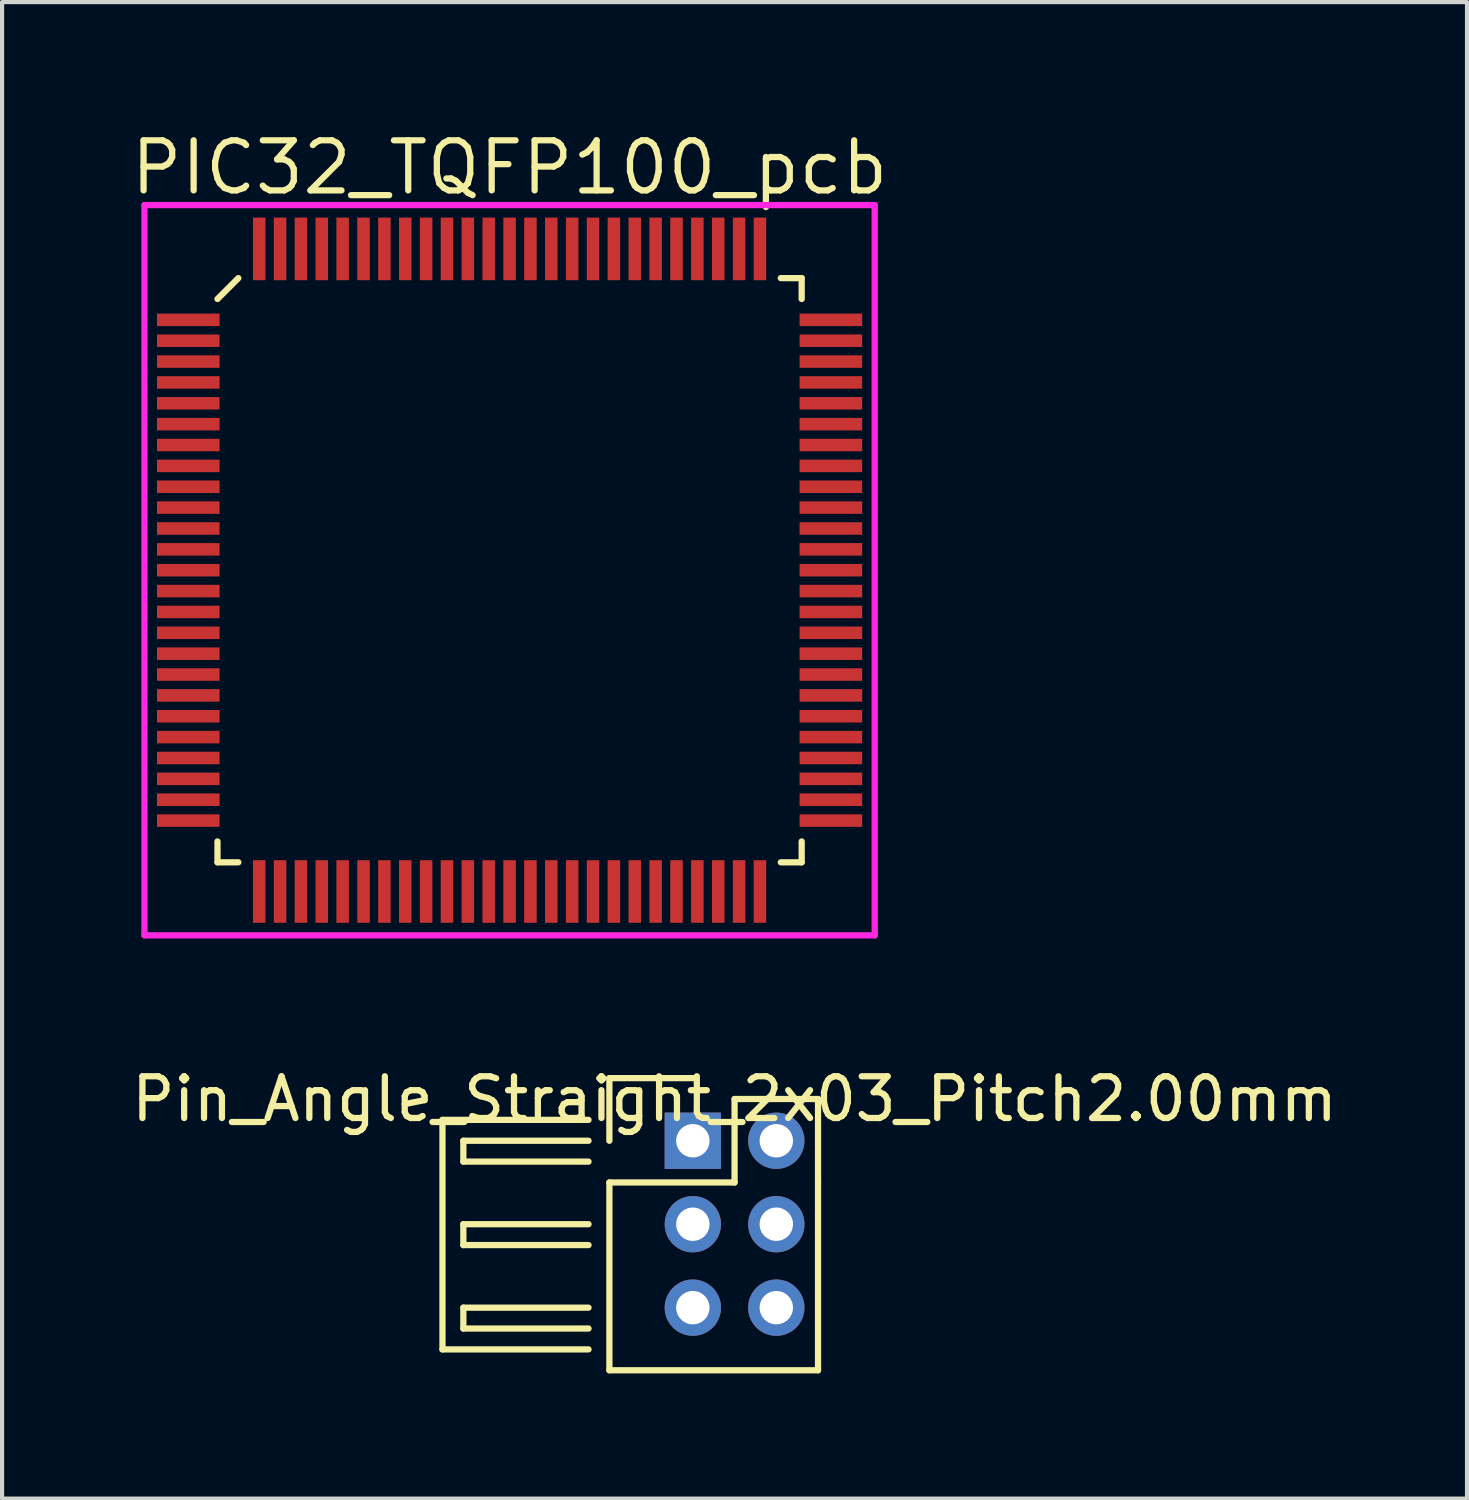
<source format=kicad_pcb>
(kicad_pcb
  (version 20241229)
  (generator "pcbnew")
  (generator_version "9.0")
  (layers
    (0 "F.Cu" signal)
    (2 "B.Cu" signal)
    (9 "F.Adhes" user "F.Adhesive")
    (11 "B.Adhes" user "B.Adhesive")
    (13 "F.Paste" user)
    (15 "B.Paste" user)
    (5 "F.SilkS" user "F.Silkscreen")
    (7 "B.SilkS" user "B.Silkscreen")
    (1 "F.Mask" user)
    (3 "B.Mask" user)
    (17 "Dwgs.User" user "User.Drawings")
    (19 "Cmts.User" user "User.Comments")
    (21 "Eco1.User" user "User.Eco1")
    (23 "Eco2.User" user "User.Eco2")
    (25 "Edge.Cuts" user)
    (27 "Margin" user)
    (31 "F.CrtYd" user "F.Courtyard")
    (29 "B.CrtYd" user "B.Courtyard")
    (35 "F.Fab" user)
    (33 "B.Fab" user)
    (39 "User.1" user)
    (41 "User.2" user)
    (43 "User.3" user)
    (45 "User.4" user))
  (footprint "Pin_Angle_Straight_2x03_Pitch2.00mm"
    (layer "F.Cu")
    (at 13.554 26.288)
    (property "Reference" "Pin_Angle_Straight_2x03_Pitch2.00mm" (at 1 -3 0) (layer "F.SilkS") (effects (font (size 1 1) (thickness 0.15))))
    (attr through_hole)
    (fp_line (start -6 -2.5) (end -6 3) (stroke (width 0.15) (type solid)) (layer "F.SilkS"))
    (fp_line (start -5.5 -1.5) (end -5.5 -2) (stroke (width 0.15) (type solid)) (layer "F.SilkS"))
    (fp_line (start -5.5 0.5) (end -5.5 0) (stroke (width 0.15) (type solid)) (layer "F.SilkS"))
    (fp_line (start -5.5 2) (end -5.5 2.5) (stroke (width 0.15) (type solid)) (layer "F.SilkS"))
    (fp_line (start -2.5 -2.5) (end -6 -2.5) (stroke (width 0.15) (type solid)) (layer "F.SilkS"))
    (fp_line (start -2.5 -2) (end -5.5 -2) (stroke (width 0.15) (type solid)) (layer "F.SilkS"))
    (fp_line (start -2.5 -1.5) (end -5.5 -1.5) (stroke (width 0.15) (type solid)) (layer "F.SilkS"))
    (fp_line (start -2.5 0) (end -5.5 0) (stroke (width 0.15) (type solid)) (layer "F.SilkS"))
    (fp_line (start -2.5 0.5) (end -5.5 0.5) (stroke (width 0.15) (type solid)) (layer "F.SilkS"))
    (fp_line (start -2.5 2) (end -5.5 2) (stroke (width 0.15) (type solid)) (layer "F.SilkS"))
    (fp_line (start -2.5 2.5) (end -5.5 2.5) (stroke (width 0.15) (type solid)) (layer "F.SilkS"))
    (fp_line (start -2.5 3) (end -6 3) (stroke (width 0.15) (type solid)) (layer "F.SilkS"))
    (fp_line (start -2 -3.5) (end 0 -3.5) (stroke (width 0.15) (type solid)) (layer "F.SilkS"))
    (fp_line (start -2 -2) (end -2 -3.5) (stroke (width 0.15) (type solid)) (layer "F.SilkS"))
    (fp_line (start -2 -1) (end 1 -1) (stroke (width 0.15) (type solid)) (layer "F.SilkS"))
    (fp_line (start -2 3.5) (end -2 -1) (stroke (width 0.15) (type solid)) (layer "F.SilkS"))
    (fp_line (start 1 -3) (end 3 -3) (stroke (width 0.15) (type solid)) (layer "F.SilkS"))
    (fp_line (start 1 -1) (end 1 -3) (stroke (width 0.15) (type solid)) (layer "F.SilkS"))
    (fp_line (start 3 -3) (end 3 -1) (stroke (width 0.15) (type solid)) (layer "F.SilkS"))
    (fp_line (start 3 -1) (end 3 3.5) (stroke (width 0.15) (type solid)) (layer "F.SilkS"))
    (fp_line (start 3 3.5) (end -2 3.5) (stroke (width 0.15) (type solid)) (layer "F.SilkS"))
    (pad "1" thru_hole rect (at 0 -2) (size 1.35 1.35) (drill 0.8) (layers "*.Cu" "*.Mask"))
    (pad "2" thru_hole circle (at 2 -2) (size 1.35 1.35) (drill 0.8) (layers "*.Cu" "*.Mask"))
    (pad "3" thru_hole circle (at 0 0) (size 1.35 1.35) (drill 0.8) (layers "*.Cu" "*.Mask"))
    (pad "4" thru_hole circle (at 2 0) (size 1.35 1.35) (drill 0.8) (layers "*.Cu" "*.Mask"))
    (pad "5" thru_hole circle (at 0 2) (size 1.35 1.35) (drill 0.8) (layers "*.Cu" "*.Mask"))
    (pad "6" thru_hole circle (at 2 2) (size 1.35 1.35) (drill 0.8) (layers "*.Cu" "*.Mask")))
  (footprint "PIC32_TQFP100_pcb"
    (layer "F.Cu")
    (at 9.162 10.615)
    (property "Reference" "PIC32_TQFP100_pcb" (at 0 -9.65 0) (layer "F.SilkS") (effects (font (size 1.2 1.2) (thickness 0.15))))
    (attr through_hole)
    (fp_line (start -7 -6.5) (end -6.5 -7) (stroke (width 0.15) (type solid)) (layer "F.SilkS"))
    (fp_line (start -7 7) (end -7 6.5) (stroke (width 0.15) (type solid)) (layer "F.SilkS"))
    (fp_line (start -6.5 7) (end -7 7) (stroke (width 0.15) (type solid)) (layer "F.SilkS"))
    (fp_line (start 6.5 -7) (end 7 -7) (stroke (width 0.15) (type solid)) (layer "F.SilkS"))
    (fp_line (start 6.5 7) (end 7 7) (stroke (width 0.15) (type solid)) (layer "F.SilkS"))
    (fp_line (start 7 -7) (end 7 -6.5) (stroke (width 0.15) (type solid)) (layer "F.SilkS"))
    (fp_line (start 7 7) (end 7 6.5) (stroke (width 0.15) (type solid)) (layer "F.SilkS"))
    (fp_line (start -8.75 -8.75) (end 8.75 -8.75) (stroke (width 0.15) (type solid)) (layer "F.CrtYd"))
    (fp_line (start -8.75 8.75) (end -8.75 -8.75) (stroke (width 0.15) (type solid)) (layer "F.CrtYd"))
    (fp_line (start 8.75 -8.75) (end 8.75 8.75) (stroke (width 0.15) (type solid)) (layer "F.CrtYd"))
    (fp_line (start 8.75 8.75) (end -8.75 8.75) (stroke (width 0.15) (type solid)) (layer "F.CrtYd"))
    (pad "1" smd rect (at -7.7 -6 90) (size 0.3 1.5) (layers "F.Cu" "F.Mask" "F.Paste"))
    (pad "2" smd rect (at -7.7 -5.5 90) (size 0.3 1.5) (layers "F.Cu" "F.Mask" "F.Paste"))
    (pad "3" smd rect (at -7.7 -5 90) (size 0.3 1.5) (layers "F.Cu" "F.Mask" "F.Paste"))
    (pad "4" smd rect (at -7.7 -4.5 90) (size 0.3 1.5) (layers "F.Cu" "F.Mask" "F.Paste"))
    (pad "5" smd rect (at -7.7 -4 90) (size 0.3 1.5) (layers "F.Cu" "F.Mask" "F.Paste"))
    (pad "6" smd rect (at -7.7 -3.5 90) (size 0.3 1.5) (layers "F.Cu" "F.Mask" "F.Paste"))
    (pad "7" smd rect (at -7.7 -3 90) (size 0.3 1.5) (layers "F.Cu" "F.Mask" "F.Paste"))
    (pad "8" smd rect (at -7.7 -2.5 90) (size 0.3 1.5) (layers "F.Cu" "F.Mask" "F.Paste"))
    (pad "9" smd rect (at -7.7 -2 90) (size 0.3 1.5) (layers "F.Cu" "F.Mask" "F.Paste"))
    (pad "10" smd rect (at -7.7 -1.5 90) (size 0.3 1.5) (layers "F.Cu" "F.Mask" "F.Paste"))
    (pad "11" smd rect (at -7.7 -1 90) (size 0.3 1.5) (layers "F.Cu" "F.Mask" "F.Paste"))
    (pad "12" smd rect (at -7.7 -0.5 90) (size 0.3 1.5) (layers "F.Cu" "F.Mask" "F.Paste"))
    (pad "13" smd rect (at -7.7 0 90) (size 0.3 1.5) (layers "F.Cu" "F.Mask" "F.Paste"))
    (pad "14" smd rect (at -7.7 0.5 90) (size 0.3 1.5) (layers "F.Cu" "F.Mask" "F.Paste"))
    (pad "15" smd rect (at -7.7 1 90) (size 0.3 1.5) (layers "F.Cu" "F.Mask" "F.Paste"))
    (pad "16" smd rect (at -7.7 1.5 90) (size 0.3 1.5) (layers "F.Cu" "F.Mask" "F.Paste"))
    (pad "17" smd rect (at -7.7 2 90) (size 0.3 1.5) (layers "F.Cu" "F.Mask" "F.Paste"))
    (pad "18" smd rect (at -7.7 2.5 90) (size 0.3 1.5) (layers "F.Cu" "F.Mask" "F.Paste"))
    (pad "19" smd rect (at -7.7 3 90) (size 0.3 1.5) (layers "F.Cu" "F.Mask" "F.Paste"))
    (pad "20" smd rect (at -7.7 3.5 90) (size 0.3 1.5) (layers "F.Cu" "F.Mask" "F.Paste"))
    (pad "21" smd rect (at -7.7 4 90) (size 0.3 1.5) (layers "F.Cu" "F.Mask" "F.Paste"))
    (pad "22" smd rect (at -7.7 4.5 90) (size 0.3 1.5) (layers "F.Cu" "F.Mask" "F.Paste"))
    (pad "23" smd rect (at -7.7 5 90) (size 0.3 1.5) (layers "F.Cu" "F.Mask" "F.Paste"))
    (pad "24" smd rect (at -7.7 5.5 90) (size 0.3 1.5) (layers "F.Cu" "F.Mask" "F.Paste"))
    (pad "25" smd rect (at -7.7 6 90) (size 0.3 1.5) (layers "F.Cu" "F.Mask" "F.Paste"))
    (pad "26" smd rect (at -6 7.7) (size 0.3 1.5) (layers "F.Cu" "F.Mask" "F.Paste"))
    (pad "27" smd rect (at -5.5 7.7) (size 0.3 1.5) (layers "F.Cu" "F.Mask" "F.Paste"))
    (pad "28" smd rect (at -5 7.7) (size 0.3 1.5) (layers "F.Cu" "F.Mask" "F.Paste"))
    (pad "29" smd rect (at -4.5 7.7) (size 0.3 1.5) (layers "F.Cu" "F.Mask" "F.Paste"))
    (pad "30" smd rect (at -4 7.7) (size 0.3 1.5) (layers "F.Cu" "F.Mask" "F.Paste"))
    (pad "31" smd rect (at -3.5 7.7) (size 0.3 1.5) (layers "F.Cu" "F.Mask" "F.Paste"))
    (pad "32" smd rect (at -3 7.7) (size 0.3 1.5) (layers "F.Cu" "F.Mask" "F.Paste"))
    (pad "33" smd rect (at -2.5 7.7) (size 0.3 1.5) (layers "F.Cu" "F.Mask" "F.Paste"))
    (pad "34" smd rect (at -2 7.7) (size 0.3 1.5) (layers "F.Cu" "F.Mask" "F.Paste"))
    (pad "35" smd rect (at -1.5 7.7) (size 0.3 1.5) (layers "F.Cu" "F.Mask" "F.Paste"))
    (pad "36" smd rect (at -1 7.7) (size 0.3 1.5) (layers "F.Cu" "F.Mask" "F.Paste"))
    (pad "37" smd rect (at -0.5 7.7) (size 0.3 1.5) (layers "F.Cu" "F.Mask" "F.Paste"))
    (pad "38" smd rect (at 0 7.7) (size 0.3 1.5) (layers "F.Cu" "F.Mask" "F.Paste"))
    (pad "39" smd rect (at 0.5 7.7) (size 0.3 1.5) (layers "F.Cu" "F.Mask" "F.Paste"))
    (pad "40" smd rect (at 1 7.7) (size 0.3 1.5) (layers "F.Cu" "F.Mask" "F.Paste"))
    (pad "41" smd rect (at 1.5 7.7) (size 0.3 1.5) (layers "F.Cu" "F.Mask" "F.Paste"))
    (pad "42" smd rect (at 2 7.7) (size 0.3 1.5) (layers "F.Cu" "F.Mask" "F.Paste"))
    (pad "43" smd rect (at 2.5 7.7) (size 0.3 1.5) (layers "F.Cu" "F.Mask" "F.Paste"))
    (pad "44" smd rect (at 3 7.7) (size 0.3 1.5) (layers "F.Cu" "F.Mask" "F.Paste"))
    (pad "45" smd rect (at 3.5 7.7) (size 0.3 1.5) (layers "F.Cu" "F.Mask" "F.Paste"))
    (pad "46" smd rect (at 4 7.7) (size 0.3 1.5) (layers "F.Cu" "F.Mask" "F.Paste"))
    (pad "47" smd rect (at 4.5 7.7) (size 0.3 1.5) (layers "F.Cu" "F.Mask" "F.Paste"))
    (pad "48" smd rect (at 5 7.7) (size 0.3 1.5) (layers "F.Cu" "F.Mask" "F.Paste"))
    (pad "49" smd rect (at 5.5 7.7) (size 0.3 1.5) (layers "F.Cu" "F.Mask" "F.Paste"))
    (pad "50" smd rect (at 6 7.7) (size 0.3 1.5) (layers "F.Cu" "F.Mask" "F.Paste"))
    (pad "51" smd rect (at 7.7 6 90) (size 0.3 1.5) (layers "F.Cu" "F.Mask" "F.Paste"))
    (pad "52" smd rect (at 7.7 5.5 90) (size 0.3 1.5) (layers "F.Cu" "F.Mask" "F.Paste"))
    (pad "53" smd rect (at 7.7 5 90) (size 0.3 1.5) (layers "F.Cu" "F.Mask" "F.Paste"))
    (pad "54" smd rect (at 7.7 4.5 90) (size 0.3 1.5) (layers "F.Cu" "F.Mask" "F.Paste"))
    (pad "55" smd rect (at 7.7 4 90) (size 0.3 1.5) (layers "F.Cu" "F.Mask" "F.Paste"))
    (pad "56" smd rect (at 7.7 3.5 90) (size 0.3 1.5) (layers "F.Cu" "F.Mask" "F.Paste"))
    (pad "57" smd rect (at 7.7 3 90) (size 0.3 1.5) (layers "F.Cu" "F.Mask" "F.Paste"))
    (pad "58" smd rect (at 7.7 2.5 90) (size 0.3 1.5) (layers "F.Cu" "F.Mask" "F.Paste"))
    (pad "59" smd rect (at 7.7 2 90) (size 0.3 1.5) (layers "F.Cu" "F.Mask" "F.Paste"))
    (pad "60" smd rect (at 7.7 1.5 90) (size 0.3 1.5) (layers "F.Cu" "F.Mask" "F.Paste"))
    (pad "61" smd rect (at 7.7 1 90) (size 0.3 1.5) (layers "F.Cu" "F.Mask" "F.Paste"))
    (pad "62" smd rect (at 7.7 0.5 90) (size 0.3 1.5) (layers "F.Cu" "F.Mask" "F.Paste"))
    (pad "63" smd rect (at 7.7 0 90) (size 0.3 1.5) (layers "F.Cu" "F.Mask" "F.Paste"))
    (pad "64" smd rect (at 7.7 -0.5 90) (size 0.3 1.5) (layers "F.Cu" "F.Mask" "F.Paste"))
    (pad "65" smd rect (at 7.7 -1 90) (size 0.3 1.5) (layers "F.Cu" "F.Mask" "F.Paste"))
    (pad "66" smd rect (at 7.7 -1.5 90) (size 0.3 1.5) (layers "F.Cu" "F.Mask" "F.Paste"))
    (pad "67" smd rect (at 7.7 -2 90) (size 0.3 1.5) (layers "F.Cu" "F.Mask" "F.Paste"))
    (pad "68" smd rect (at 7.7 -2.5 90) (size 0.3 1.5) (layers "F.Cu" "F.Mask" "F.Paste"))
    (pad "69" smd rect (at 7.7 -3 90) (size 0.3 1.5) (layers "F.Cu" "F.Mask" "F.Paste"))
    (pad "70" smd rect (at 7.7 -3.5 90) (size 0.3 1.5) (layers "F.Cu" "F.Mask" "F.Paste"))
    (pad "71" smd rect (at 7.7 -4 90) (size 0.3 1.5) (layers "F.Cu" "F.Mask" "F.Paste"))
    (pad "72" smd rect (at 7.7 -4.5 90) (size 0.3 1.5) (layers "F.Cu" "F.Mask" "F.Paste"))
    (pad "73" smd rect (at 7.7 -5 90) (size 0.3 1.5) (layers "F.Cu" "F.Mask" "F.Paste"))
    (pad "74" smd rect (at 7.7 -5.5 90) (size 0.3 1.5) (layers "F.Cu" "F.Mask" "F.Paste"))
    (pad "75" smd rect (at 7.7 -6 90) (size 0.3 1.5) (layers "F.Cu" "F.Mask" "F.Paste"))
    (pad "76" smd rect (at 6 -7.7) (size 0.3 1.5) (layers "F.Cu" "F.Mask" "F.Paste"))
    (pad "77" smd rect (at 5.5 -7.7) (size 0.3 1.5) (layers "F.Cu" "F.Mask" "F.Paste"))
    (pad "78" smd rect (at 5 -7.7) (size 0.3 1.5) (layers "F.Cu" "F.Mask" "F.Paste"))
    (pad "79" smd rect (at 4.5 -7.7) (size 0.3 1.5) (layers "F.Cu" "F.Mask" "F.Paste"))
    (pad "80" smd rect (at 4 -7.7) (size 0.3 1.5) (layers "F.Cu" "F.Mask" "F.Paste"))
    (pad "81" smd rect (at 3.5 -7.7) (size 0.3 1.5) (layers "F.Cu" "F.Mask" "F.Paste"))
    (pad "82" smd rect (at 3 -7.7) (size 0.3 1.5) (layers "F.Cu" "F.Mask" "F.Paste"))
    (pad "83" smd rect (at 2.5 -7.7) (size 0.3 1.5) (layers "F.Cu" "F.Mask" "F.Paste"))
    (pad "84" smd rect (at 2 -7.7) (size 0.3 1.5) (layers "F.Cu" "F.Mask" "F.Paste"))
    (pad "85" smd rect (at 1.5 -7.7) (size 0.3 1.5) (layers "F.Cu" "F.Mask" "F.Paste"))
    (pad "86" smd rect (at 1 -7.7) (size 0.3 1.5) (layers "F.Cu" "F.Mask" "F.Paste"))
    (pad "87" smd rect (at 0.5 -7.7) (size 0.3 1.5) (layers "F.Cu" "F.Mask" "F.Paste"))
    (pad "88" smd rect (at 0 -7.7) (size 0.3 1.5) (layers "F.Cu" "F.Mask" "F.Paste"))
    (pad "89" smd rect (at -0.5 -7.7) (size 0.3 1.5) (layers "F.Cu" "F.Mask" "F.Paste"))
    (pad "90" smd rect (at -1 -7.7) (size 0.3 1.5) (layers "F.Cu" "F.Mask" "F.Paste"))
    (pad "91" smd rect (at -1.5 -7.7) (size 0.3 1.5) (layers "F.Cu" "F.Mask" "F.Paste"))
    (pad "92" smd rect (at -2 -7.7) (size 0.3 1.5) (layers "F.Cu" "F.Mask" "F.Paste"))
    (pad "93" smd rect (at -2.5 -7.7) (size 0.3 1.5) (layers "F.Cu" "F.Mask" "F.Paste"))
    (pad "94" smd rect (at -3 -7.7) (size 0.3 1.5) (layers "F.Cu" "F.Mask" "F.Paste"))
    (pad "95" smd rect (at -3.5 -7.7) (size 0.3 1.5) (layers "F.Cu" "F.Mask" "F.Paste"))
    (pad "96" smd rect (at -4 -7.7) (size 0.3 1.5) (layers "F.Cu" "F.Mask" "F.Paste"))
    (pad "97" smd rect (at -4.5 -7.7) (size 0.3 1.5) (layers "F.Cu" "F.Mask" "F.Paste"))
    (pad "98" smd rect (at -5 -7.7) (size 0.3 1.5) (layers "F.Cu" "F.Mask" "F.Paste"))
    (pad "99" smd rect (at -5.5 -7.7) (size 0.3 1.5) (layers "F.Cu" "F.Mask" "F.Paste"))
    (pad "100" smd rect (at -6 -7.7) (size 0.3 1.5) (layers "F.Cu" "F.Mask" "F.Paste")))
  (gr_rect
    (start -3 -3)
    (end 32.107 32.864)
    (stroke (width 0.1) (type default))
    (fill no)
    (layer "Edge.Cuts")))
</source>
